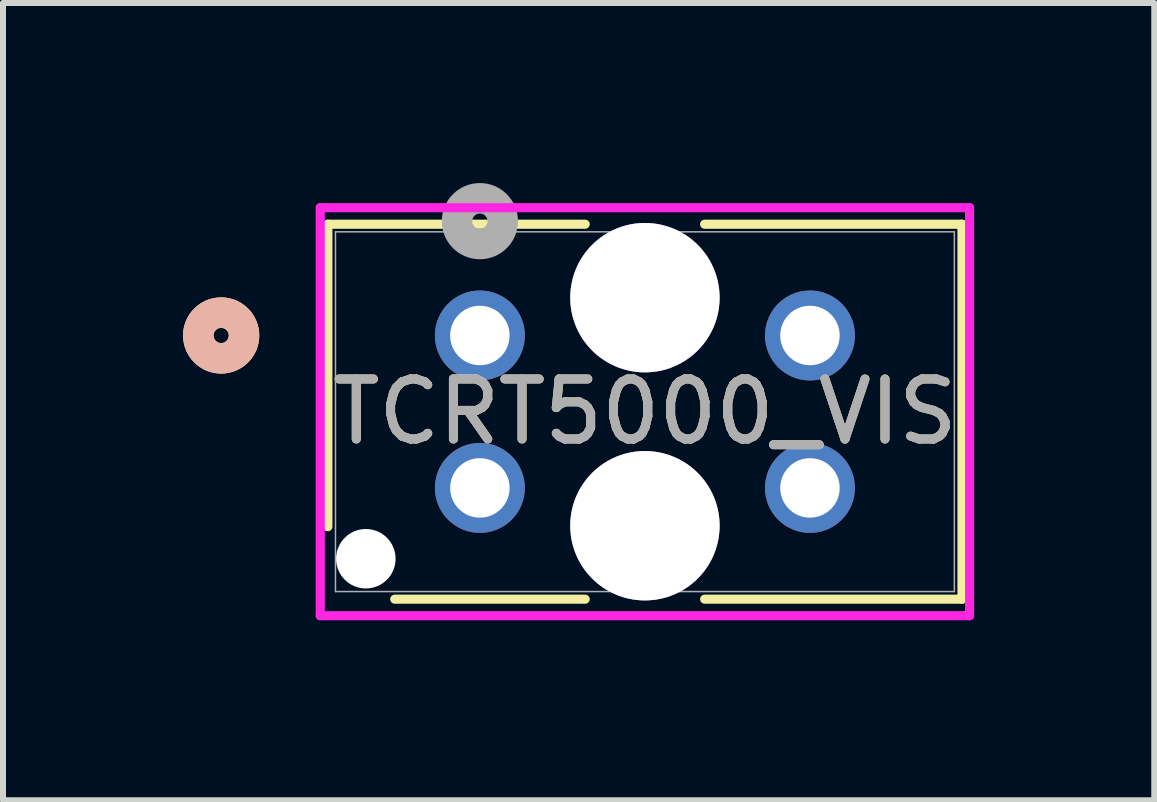
<source format=kicad_pcb>
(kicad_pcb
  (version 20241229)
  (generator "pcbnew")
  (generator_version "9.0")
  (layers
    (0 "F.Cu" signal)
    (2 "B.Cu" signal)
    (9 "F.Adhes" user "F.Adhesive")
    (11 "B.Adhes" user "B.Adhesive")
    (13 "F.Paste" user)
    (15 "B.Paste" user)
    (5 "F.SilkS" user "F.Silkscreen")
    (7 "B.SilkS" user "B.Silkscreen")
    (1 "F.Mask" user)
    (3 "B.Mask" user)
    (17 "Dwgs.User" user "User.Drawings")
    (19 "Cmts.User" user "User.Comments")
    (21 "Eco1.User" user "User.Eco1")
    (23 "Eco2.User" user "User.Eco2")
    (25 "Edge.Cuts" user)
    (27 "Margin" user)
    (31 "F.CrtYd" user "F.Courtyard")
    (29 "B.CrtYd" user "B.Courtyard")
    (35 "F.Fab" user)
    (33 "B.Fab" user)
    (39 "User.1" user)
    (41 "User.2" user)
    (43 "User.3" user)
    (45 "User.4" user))
  (footprint "TCRT5000_VIS"
    (layer "F.Cu")
    (at 7.696 3.81)
    (property "Reference" "TCRT5000_VIS" (at 0 0 0) (unlocked yes) (layer "F.SilkS") (effects (font (size 1 1) (thickness 0.15))))
    (attr through_hole)
    (fp_line (start -5.283 -3.124) (end -5.283 1.916) (stroke (width 0.152) (type solid)) (layer "F.SilkS"))
    (fp_line (start -4.169 3.124) (end -0.995 3.124) (stroke (width 0.152) (type solid)) (layer "F.SilkS"))
    (fp_line (start -0.995 -3.124) (end -5.283 -3.124) (stroke (width 0.152) (type solid)) (layer "F.SilkS"))
    (fp_line (start 0.995 3.124) (end 5.283 3.124) (stroke (width 0.152) (type solid)) (layer "F.SilkS"))
    (fp_line (start 5.283 -3.124) (end 0.995 -3.124) (stroke (width 0.152) (type solid)) (layer "F.SilkS"))
    (fp_line (start 5.283 3.124) (end 5.283 -3.124) (stroke (width 0.152) (type solid)) (layer "F.SilkS"))
    (fp_circle (center -7.061 -1.27) (end -6.68 -1.27) (stroke (width 0.508) (type solid)) (fill no) (layer "F.SilkS"))
    (fp_circle (center -7.061 -1.27) (end -6.68 -1.27) (stroke (width 0.508) (type solid)) (fill no) (layer "B.SilkS"))
    (fp_line (start -5.41 -3.399) (end -5.41 3.399) (stroke (width 0.152) (type solid)) (layer "F.CrtYd"))
    (fp_line (start -5.41 3.399) (end 5.41 3.399) (stroke (width 0.152) (type solid)) (layer "F.CrtYd"))
    (fp_line (start 5.41 -3.399) (end -5.41 -3.399) (stroke (width 0.152) (type solid)) (layer "F.CrtYd"))
    (fp_line (start 5.41 3.399) (end 5.41 -3.399) (stroke (width 0.152) (type solid)) (layer "F.CrtYd"))
    (fp_line (start -5.156 -2.997) (end -5.156 2.997) (stroke (width 0.025) (type solid)) (layer "F.Fab"))
    (fp_line (start -5.156 2.997) (end 5.156 2.997) (stroke (width 0.025) (type solid)) (layer "F.Fab"))
    (fp_line (start 5.156 -2.997) (end -5.156 -2.997) (stroke (width 0.025) (type solid)) (layer "F.Fab"))
    (fp_line (start 5.156 2.997) (end 5.156 -2.997) (stroke (width 0.025) (type solid)) (layer "F.Fab"))
    (fp_circle (center -2.75 -3.175) (end -2.369 -3.175) (stroke (width 0.508) (type solid)) (fill no) (layer "F.Fab"))
    (fp_text user "${REFERENCE}" (at 0 0 0) (unlocked yes) (layer "F.Fab") (effects (font (size 1 1) (thickness 0.15))))
    (pad "" np_thru_hole circle (at -4.65 2.45) (size 0.991 0.991) (drill 0.991) (layers "*.Cu" "*.Mask"))
    (pad "1" thru_hole circle (at -2.75 -1.27) (size 1.499 1.499) (drill 0.991) (layers "*.Cu" "*.Mask"))
    (pad "2" thru_hole circle (at -2.75 1.27) (size 1.499 1.499) (drill 0.991) (layers "*.Cu" "*.Mask"))
    (pad "3" thru_hole circle (at 2.75 -1.27) (size 1.499 1.499) (drill 0.991) (layers "*.Cu" "*.Mask"))
    (pad "4" thru_hole circle (at 2.75 1.27) (size 1.499 1.499) (drill 0.991) (layers "*.Cu" "*.Mask"))
    (pad "5" thru_hole circle (at 0 -1.9) (size 2.489 2.489) (drill 2.489) (layers "*.Cu" "*.Mask"))
    (pad "6" thru_hole circle (at 0 1.9) (size 2.489 2.489) (drill 2.489) (layers "*.Cu" "*.Mask")))
  (gr_rect
    (start -3 -3)
    (end 16.183 10.285)
    (stroke (width 0.1) (type default))
    (fill no)
    (layer "Edge.Cuts")))
</source>
